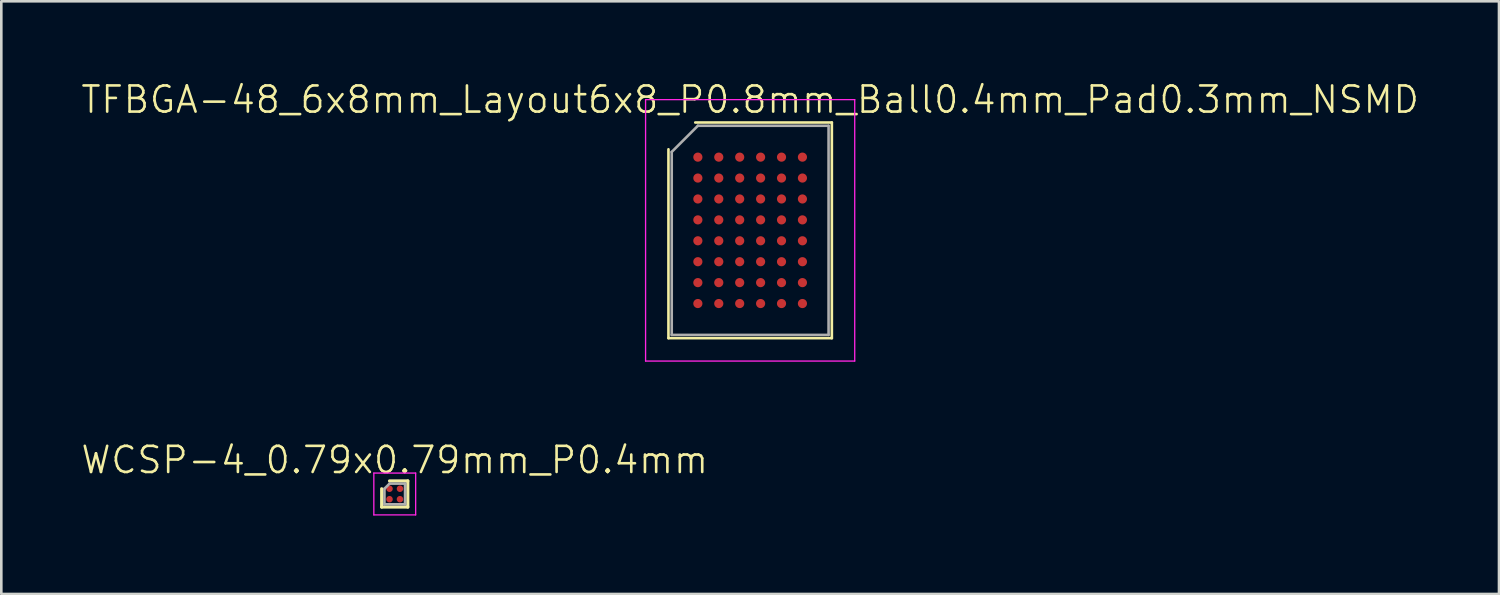
<source format=kicad_pcb>
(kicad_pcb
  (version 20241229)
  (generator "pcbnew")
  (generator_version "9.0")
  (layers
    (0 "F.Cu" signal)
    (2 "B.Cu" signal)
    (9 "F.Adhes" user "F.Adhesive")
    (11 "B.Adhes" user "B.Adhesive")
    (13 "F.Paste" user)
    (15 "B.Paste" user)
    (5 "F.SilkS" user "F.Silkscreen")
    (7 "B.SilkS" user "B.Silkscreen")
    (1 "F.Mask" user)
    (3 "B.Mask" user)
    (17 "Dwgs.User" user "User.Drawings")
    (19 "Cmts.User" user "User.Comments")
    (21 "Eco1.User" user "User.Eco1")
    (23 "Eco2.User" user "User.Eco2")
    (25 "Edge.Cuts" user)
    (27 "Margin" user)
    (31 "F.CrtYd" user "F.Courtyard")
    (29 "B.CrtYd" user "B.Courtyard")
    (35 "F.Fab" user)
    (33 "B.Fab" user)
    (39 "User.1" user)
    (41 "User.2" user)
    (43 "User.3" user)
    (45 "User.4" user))
  (footprint "TFBGA-48_6x8mm_Layout6x8_P0.8mm_Ball0.4mm_Pad0.3mm_NSMD"
    (layer "F.Cu")
    (at 25.645 5.761)
    (property "Reference" "TFBGA-48_6x8mm_Layout6x8_P0.8mm_Ball0.4mm_Pad0.3mm_NSMD" (at 0 -5 0) (unlocked yes) (layer "F.SilkS") (effects (font (size 1 1) (thickness 0.1))))
    (attr smd)
    (fp_line (start -3.125 4.125) (end -3.125 -3.1) (stroke (width 0.1) (type solid)) (layer "F.SilkS"))
    (fp_line (start -3.125 4.125) (end 3.125 4.125) (stroke (width 0.1) (type solid)) (layer "F.SilkS"))
    (fp_line (start -2.1 -4.125) (end 3.125 -4.125) (stroke (width 0.1) (type solid)) (layer "F.SilkS"))
    (fp_line (start 3.125 -4.125) (end 3.125 4.125) (stroke (width 0.1) (type solid)) (layer "F.SilkS"))
    (fp_line (start -4 -5) (end 4 -5) (stroke (width 0.05) (type solid)) (layer "F.CrtYd"))
    (fp_line (start -4 5) (end -4 -5) (stroke (width 0.05) (type solid)) (layer "F.CrtYd"))
    (fp_line (start 4 -5) (end 4 5) (stroke (width 0.05) (type solid)) (layer "F.CrtYd"))
    (fp_line (start 4 5) (end -4 5) (stroke (width 0.05) (type solid)) (layer "F.CrtYd"))
    (fp_line (start -3 -3) (end -3 4) (stroke (width 0.1) (type solid)) (layer "F.Fab"))
    (fp_line (start -3 -3) (end -2 -4) (stroke (width 0.1) (type solid)) (layer "F.Fab"))
    (fp_line (start -2 -4) (end 3 -4) (stroke (width 0.1) (type solid)) (layer "F.Fab"))
    (fp_line (start 3 4) (end -3 4) (stroke (width 0.1) (type solid)) (layer "F.Fab"))
    (fp_line (start 3 4) (end 3 -4) (stroke (width 0.1) (type solid)) (layer "F.Fab"))
    (pad "A1" smd circle (at -2 -2.8 270) (size 0.35 0.35) (layers "F.Cu" "F.Mask" "F.Paste"))
    (pad "A2" smd circle (at -1.2 -2.8 270) (size 0.35 0.35) (layers "F.Cu" "F.Mask" "F.Paste"))
    (pad "A3" smd circle (at -0.4 -2.8 270) (size 0.35 0.35) (layers "F.Cu" "F.Mask" "F.Paste"))
    (pad "A4" smd circle (at 0.4 -2.8 270) (size 0.35 0.35) (layers "F.Cu" "F.Mask" "F.Paste"))
    (pad "A5" smd circle (at 1.2 -2.8 270) (size 0.35 0.35) (layers "F.Cu" "F.Mask" "F.Paste"))
    (pad "A6" smd circle (at 2 -2.8 270) (size 0.35 0.35) (layers "F.Cu" "F.Mask" "F.Paste"))
    (pad "B1" smd circle (at -2 -2 270) (size 0.35 0.35) (layers "F.Cu" "F.Mask" "F.Paste"))
    (pad "B2" smd circle (at -1.2 -2 270) (size 0.35 0.35) (layers "F.Cu" "F.Mask" "F.Paste"))
    (pad "B3" smd circle (at -0.4 -2 270) (size 0.35 0.35) (layers "F.Cu" "F.Mask" "F.Paste"))
    (pad "B4" smd circle (at 0.4 -2 270) (size 0.35 0.35) (layers "F.Cu" "F.Mask" "F.Paste"))
    (pad "B5" smd circle (at 1.2 -2 270) (size 0.35 0.35) (layers "F.Cu" "F.Mask" "F.Paste"))
    (pad "B6" smd circle (at 2 -2 270) (size 0.35 0.35) (layers "F.Cu" "F.Mask" "F.Paste"))
    (pad "C1" smd circle (at -2 -1.2 270) (size 0.35 0.35) (layers "F.Cu" "F.Mask" "F.Paste"))
    (pad "C2" smd circle (at -1.2 -1.2 270) (size 0.35 0.35) (layers "F.Cu" "F.Mask" "F.Paste"))
    (pad "C3" smd circle (at -0.4 -1.2 270) (size 0.35 0.35) (layers "F.Cu" "F.Mask" "F.Paste"))
    (pad "C4" smd circle (at 0.4 -1.2 270) (size 0.35 0.35) (layers "F.Cu" "F.Mask" "F.Paste"))
    (pad "C5" smd circle (at 1.2 -1.2 270) (size 0.35 0.35) (layers "F.Cu" "F.Mask" "F.Paste"))
    (pad "C6" smd circle (at 2 -1.2 270) (size 0.35 0.35) (layers "F.Cu" "F.Mask" "F.Paste"))
    (pad "D1" smd circle (at -2 -0.4 270) (size 0.35 0.35) (layers "F.Cu" "F.Mask" "F.Paste"))
    (pad "D2" smd circle (at -1.2 -0.4 270) (size 0.35 0.35) (layers "F.Cu" "F.Mask" "F.Paste"))
    (pad "D3" smd circle (at -0.4 -0.4 270) (size 0.35 0.35) (layers "F.Cu" "F.Mask" "F.Paste"))
    (pad "D4" smd circle (at 0.4 -0.4 270) (size 0.35 0.35) (layers "F.Cu" "F.Mask" "F.Paste"))
    (pad "D5" smd circle (at 1.2 -0.4 270) (size 0.35 0.35) (layers "F.Cu" "F.Mask" "F.Paste"))
    (pad "D6" smd circle (at 2 -0.4 270) (size 0.35 0.35) (layers "F.Cu" "F.Mask" "F.Paste"))
    (pad "E1" smd circle (at -2 0.4 270) (size 0.35 0.35) (layers "F.Cu" "F.Mask" "F.Paste"))
    (pad "E2" smd circle (at -1.2 0.4 270) (size 0.35 0.35) (layers "F.Cu" "F.Mask" "F.Paste"))
    (pad "E3" smd circle (at -0.4 0.4 270) (size 0.35 0.35) (layers "F.Cu" "F.Mask" "F.Paste"))
    (pad "E4" smd circle (at 0.4 0.4 270) (size 0.35 0.35) (layers "F.Cu" "F.Mask" "F.Paste"))
    (pad "E5" smd circle (at 1.2 0.4 270) (size 0.35 0.35) (layers "F.Cu" "F.Mask" "F.Paste"))
    (pad "E6" smd circle (at 2 0.4 270) (size 0.35 0.35) (layers "F.Cu" "F.Mask" "F.Paste"))
    (pad "F1" smd circle (at -2 1.2 270) (size 0.35 0.35) (layers "F.Cu" "F.Mask" "F.Paste"))
    (pad "F2" smd circle (at -1.2 1.2 270) (size 0.35 0.35) (layers "F.Cu" "F.Mask" "F.Paste"))
    (pad "F3" smd circle (at -0.4 1.2 270) (size 0.35 0.35) (layers "F.Cu" "F.Mask" "F.Paste"))
    (pad "F4" smd circle (at 0.4 1.2 270) (size 0.35 0.35) (layers "F.Cu" "F.Mask" "F.Paste"))
    (pad "F5" smd circle (at 1.2 1.2 270) (size 0.35 0.35) (layers "F.Cu" "F.Mask" "F.Paste"))
    (pad "F6" smd circle (at 2 1.2 270) (size 0.35 0.35) (layers "F.Cu" "F.Mask" "F.Paste"))
    (pad "G1" smd circle (at -2 2 270) (size 0.35 0.35) (layers "F.Cu" "F.Mask" "F.Paste"))
    (pad "G2" smd circle (at -1.2 2 270) (size 0.35 0.35) (layers "F.Cu" "F.Mask" "F.Paste"))
    (pad "G3" smd circle (at -0.4 2 270) (size 0.35 0.35) (layers "F.Cu" "F.Mask" "F.Paste"))
    (pad "G4" smd circle (at 0.4 2 270) (size 0.35 0.35) (layers "F.Cu" "F.Mask" "F.Paste"))
    (pad "G5" smd circle (at 1.2 2 270) (size 0.35 0.35) (layers "F.Cu" "F.Mask" "F.Paste"))
    (pad "G6" smd circle (at 2 2 270) (size 0.35 0.35) (layers "F.Cu" "F.Mask" "F.Paste"))
    (pad "H1" smd circle (at -2 2.8 270) (size 0.35 0.35) (layers "F.Cu" "F.Mask" "F.Paste"))
    (pad "H2" smd circle (at -1.2 2.8 270) (size 0.35 0.35) (layers "F.Cu" "F.Mask" "F.Paste"))
    (pad "H3" smd circle (at -0.4 2.8 270) (size 0.35 0.35) (layers "F.Cu" "F.Mask" "F.Paste"))
    (pad "H4" smd circle (at 0.4 2.8 270) (size 0.35 0.35) (layers "F.Cu" "F.Mask" "F.Paste"))
    (pad "H5" smd circle (at 1.2 2.8 270) (size 0.35 0.35) (layers "F.Cu" "F.Mask" "F.Paste"))
    (pad "H6" smd circle (at 2 2.8 270) (size 0.35 0.35) (layers "F.Cu" "F.Mask" "F.Paste")))
  (footprint "WCSP-4_0.79x0.79mm_P0.4mm"
    (layer "F.Cu")
    (at 12.05 15.846)
    (property "Reference" "WCSP-4_0.79x0.79mm_P0.4mm" (at 0 -1.3 0) (layer "F.SilkS") (effects (font (size 1 1) (thickness 0.1))))
    (attr smd)
    (fp_line (start -0.5 -0.2) (end -0.5 0.5) (stroke (width 0.12) (type solid)) (layer "F.SilkS"))
    (fp_line (start -0.5 0.5) (end 0.5 0.5) (stroke (width 0.12) (type solid)) (layer "F.SilkS"))
    (fp_line (start -0.2 -0.5) (end 0.5 -0.5) (stroke (width 0.12) (type solid)) (layer "F.SilkS"))
    (fp_line (start 0.5 0.5) (end 0.5 -0.5) (stroke (width 0.12) (type solid)) (layer "F.SilkS"))
    (fp_line (start -0.8 -0.8) (end 0.8 -0.8) (stroke (width 0.05) (type solid)) (layer "F.CrtYd"))
    (fp_line (start -0.8 0.8) (end -0.8 -0.8) (stroke (width 0.05) (type solid)) (layer "F.CrtYd"))
    (fp_line (start 0.8 -0.8) (end 0.8 0.8) (stroke (width 0.05) (type solid)) (layer "F.CrtYd"))
    (fp_line (start 0.8 0.8) (end -0.8 0.8) (stroke (width 0.05) (type solid)) (layer "F.CrtYd"))
    (fp_line (start -0.395 -0.2) (end -0.395 0.395) (stroke (width 0.1) (type solid)) (layer "F.Fab"))
    (fp_line (start -0.2 -0.395) (end -0.395 -0.2) (stroke (width 0.1) (type solid)) (layer "F.Fab"))
    (fp_line (start 0.395 -0.395) (end -0.2 -0.395) (stroke (width 0.1) (type solid)) (layer "F.Fab"))
    (fp_line (start 0.395 -0.395) (end 0.395 0.395) (stroke (width 0.1) (type solid)) (layer "F.Fab"))
    (fp_line (start 0.395 0.395) (end -0.395 0.395) (stroke (width 0.1) (type solid)) (layer "F.Fab"))
    (pad "A1" smd circle (at -0.2 -0.2) (size 0.25 0.25) (property pad_prop_bga) (layers "F.Cu" "F.Mask" "F.Paste"))
    (pad "A2" smd circle (at 0.2 -0.2) (size 0.25 0.25) (property pad_prop_bga) (layers "F.Cu" "F.Mask" "F.Paste"))
    (pad "B1" smd circle (at -0.2 0.2) (size 0.25 0.25) (property pad_prop_bga) (layers "F.Cu" "F.Mask" "F.Paste"))
    (pad "B2" smd circle (at 0.2 0.2) (size 0.25 0.25) (property pad_prop_bga) (layers "F.Cu" "F.Mask" "F.Paste")))
  (gr_rect
    (start -3 -3)
    (end 54.29 19.671)
    (stroke (width 0.1) (type default))
    (fill no)
    (layer "Edge.Cuts")))
</source>
